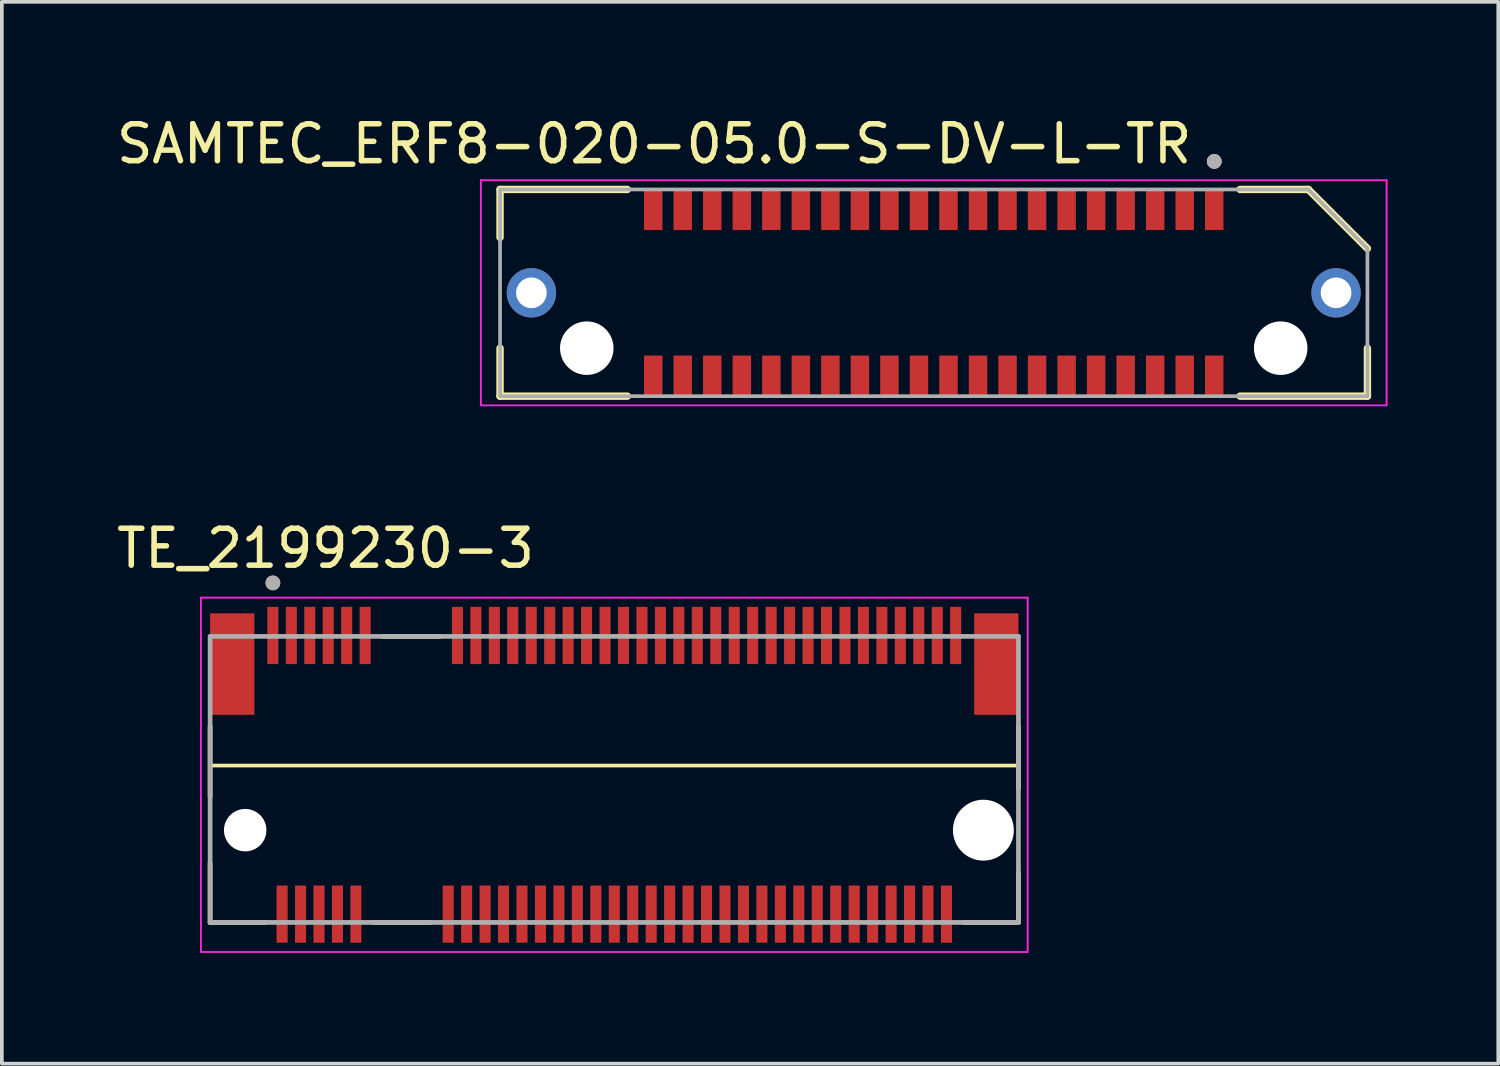
<source format=kicad_pcb>
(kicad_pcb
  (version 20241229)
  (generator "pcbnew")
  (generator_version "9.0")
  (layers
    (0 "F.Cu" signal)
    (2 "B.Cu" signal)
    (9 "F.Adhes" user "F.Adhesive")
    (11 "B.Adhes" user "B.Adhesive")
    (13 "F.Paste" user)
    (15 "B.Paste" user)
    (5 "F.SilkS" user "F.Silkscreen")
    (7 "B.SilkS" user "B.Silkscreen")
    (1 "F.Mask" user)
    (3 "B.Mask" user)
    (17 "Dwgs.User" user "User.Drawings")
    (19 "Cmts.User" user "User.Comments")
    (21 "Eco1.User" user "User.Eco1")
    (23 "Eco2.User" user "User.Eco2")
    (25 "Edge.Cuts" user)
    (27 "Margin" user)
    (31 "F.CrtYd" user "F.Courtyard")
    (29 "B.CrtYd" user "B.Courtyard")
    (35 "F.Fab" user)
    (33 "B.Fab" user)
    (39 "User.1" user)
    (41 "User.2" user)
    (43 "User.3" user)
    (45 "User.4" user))
  (footprint "SAMTEC_ERF8-020-05.0-S-DV-L-TR"
    (layer "F.Cu")
    (at 22.248 4.883)
    (property "Reference" "SAMTEC_ERF8-020-05.0-S-DV-L-TR" (at -7.575 -4.035 0) (layer "F.SilkS") (effects (font (size 1 1) (thickness 0.15))))
    (attr smd)
    (fp_line (start -11.75 -2.8) (end -11.75 -1.5) (stroke (width 0.2) (type solid)) (layer "F.SilkS"))
    (fp_line (start -11.75 -2.8) (end -8.3 -2.8) (stroke (width 0.2) (type solid)) (layer "F.SilkS"))
    (fp_line (start -11.75 2.8) (end -11.75 1.5) (stroke (width 0.2) (type solid)) (layer "F.SilkS"))
    (fp_line (start -11.75 2.8) (end -8.3 2.8) (stroke (width 0.2) (type solid)) (layer "F.SilkS"))
    (fp_line (start 10.15 -2.8) (end 8.3 -2.8) (stroke (width 0.2) (type solid)) (layer "F.SilkS"))
    (fp_line (start 11.75 -1.2) (end 10.15 -2.8) (stroke (width 0.2) (type solid)) (layer "F.SilkS"))
    (fp_line (start 11.75 2.8) (end 8.3 2.8) (stroke (width 0.2) (type solid)) (layer "F.SilkS"))
    (fp_line (start 11.75 2.8) (end 11.75 1.5) (stroke (width 0.2) (type solid)) (layer "F.SilkS"))
    (fp_circle (center 7.6 -3.56) (end 7.7 -3.56) (stroke (width 0.2) (type solid)) (fill no) (layer "F.SilkS"))
    (fp_circle (center -10.9 0) (end -10.34 0) (stroke (width 1.12) (type solid)) (fill no) (layer "F.Paste"))
    (fp_circle (center 10.9 0) (end 11.46 0) (stroke (width 1.12) (type solid)) (fill no) (layer "F.Paste"))
    (fp_line (start -12.27 -3.05) (end 12.27 -3.05) (stroke (width 0.05) (type solid)) (layer "F.CrtYd"))
    (fp_line (start -12.27 3.05) (end -12.27 -3.05) (stroke (width 0.05) (type solid)) (layer "F.CrtYd"))
    (fp_line (start 12.27 -3.05) (end 12.27 3.05) (stroke (width 0.05) (type solid)) (layer "F.CrtYd"))
    (fp_line (start 12.27 3.05) (end -12.27 3.05) (stroke (width 0.05) (type solid)) (layer "F.CrtYd"))
    (fp_line (start -11.75 -2.8) (end 10.15 -2.8) (stroke (width 0.1) (type solid)) (layer "F.Fab"))
    (fp_line (start -11.75 2.8) (end -11.75 -2.8) (stroke (width 0.1) (type solid)) (layer "F.Fab"))
    (fp_line (start 11.75 -1.2) (end 10.15 -2.8) (stroke (width 0.1) (type solid)) (layer "F.Fab"))
    (fp_line (start 11.75 -1.2) (end 11.75 2.8) (stroke (width 0.1) (type solid)) (layer "F.Fab"))
    (fp_line (start 11.75 2.8) (end -11.75 2.8) (stroke (width 0.1) (type solid)) (layer "F.Fab"))
    (fp_circle (center 7.6 -3.56) (end 7.7 -3.56) (stroke (width 0.2) (type solid)) (fill no) (layer "F.Fab"))
    (pad "" np_thru_hole circle (at -9.4 1.5) (size 1.45 1.45) (drill 1.45) (layers "*.Cu" "*.Mask"))
    (pad "" np_thru_hole circle (at 9.4 1.5) (size 1.45 1.45) (drill 1.45) (layers "*.Cu" "*.Mask"))
    (pad "01" smd rect (at 7.6 -2.25) (size 0.5 1.1) (layers "F.Cu" "F.Mask" "F.Paste"))
    (pad "02" smd rect (at 7.6 2.25) (size 0.5 1.1) (layers "F.Cu" "F.Mask" "F.Paste"))
    (pad "03" smd rect (at 6.8 -2.25) (size 0.5 1.1) (layers "F.Cu" "F.Mask" "F.Paste"))
    (pad "04" smd rect (at 6.8 2.25) (size 0.5 1.1) (layers "F.Cu" "F.Mask" "F.Paste"))
    (pad "05" smd rect (at 6 -2.25) (size 0.5 1.1) (layers "F.Cu" "F.Mask" "F.Paste"))
    (pad "06" smd rect (at 6 2.25) (size 0.5 1.1) (layers "F.Cu" "F.Mask" "F.Paste"))
    (pad "07" smd rect (at 5.2 -2.25) (size 0.5 1.1) (layers "F.Cu" "F.Mask" "F.Paste"))
    (pad "08" smd rect (at 5.2 2.25) (size 0.5 1.1) (layers "F.Cu" "F.Mask" "F.Paste"))
    (pad "09" smd rect (at 4.4 -2.25) (size 0.5 1.1) (layers "F.Cu" "F.Mask" "F.Paste"))
    (pad "10" smd rect (at 4.4 2.25) (size 0.5 1.1) (layers "F.Cu" "F.Mask" "F.Paste"))
    (pad "11" smd rect (at 3.6 -2.25) (size 0.5 1.1) (layers "F.Cu" "F.Mask" "F.Paste"))
    (pad "12" smd rect (at 3.6 2.25) (size 0.5 1.1) (layers "F.Cu" "F.Mask" "F.Paste"))
    (pad "13" smd rect (at 2.8 -2.25) (size 0.5 1.1) (layers "F.Cu" "F.Mask" "F.Paste"))
    (pad "14" smd rect (at 2.8 2.25) (size 0.5 1.1) (layers "F.Cu" "F.Mask" "F.Paste"))
    (pad "15" smd rect (at 2 -2.25) (size 0.5 1.1) (layers "F.Cu" "F.Mask" "F.Paste"))
    (pad "16" smd rect (at 2 2.25) (size 0.5 1.1) (layers "F.Cu" "F.Mask" "F.Paste"))
    (pad "17" smd rect (at 1.2 -2.25) (size 0.5 1.1) (layers "F.Cu" "F.Mask" "F.Paste"))
    (pad "18" smd rect (at 1.2 2.25) (size 0.5 1.1) (layers "F.Cu" "F.Mask" "F.Paste"))
    (pad "19" smd rect (at 0.4 -2.25) (size 0.5 1.1) (layers "F.Cu" "F.Mask" "F.Paste"))
    (pad "20" smd rect (at 0.4 2.25) (size 0.5 1.1) (layers "F.Cu" "F.Mask" "F.Paste"))
    (pad "21" smd rect (at -0.4 -2.25) (size 0.5 1.1) (layers "F.Cu" "F.Mask" "F.Paste"))
    (pad "22" smd rect (at -0.4 2.25) (size 0.5 1.1) (layers "F.Cu" "F.Mask" "F.Paste"))
    (pad "23" smd rect (at -1.2 -2.25) (size 0.5 1.1) (layers "F.Cu" "F.Mask" "F.Paste"))
    (pad "24" smd rect (at -1.2 2.25) (size 0.5 1.1) (layers "F.Cu" "F.Mask" "F.Paste"))
    (pad "25" smd rect (at -2 -2.25) (size 0.5 1.1) (layers "F.Cu" "F.Mask" "F.Paste"))
    (pad "26" smd rect (at -2 2.25) (size 0.5 1.1) (layers "F.Cu" "F.Mask" "F.Paste"))
    (pad "27" smd rect (at -2.8 -2.25) (size 0.5 1.1) (layers "F.Cu" "F.Mask" "F.Paste"))
    (pad "28" smd rect (at -2.8 2.25) (size 0.5 1.1) (layers "F.Cu" "F.Mask" "F.Paste"))
    (pad "29" smd rect (at -3.6 -2.25) (size 0.5 1.1) (layers "F.Cu" "F.Mask" "F.Paste"))
    (pad "30" smd rect (at -3.6 2.25) (size 0.5 1.1) (layers "F.Cu" "F.Mask" "F.Paste"))
    (pad "31" smd rect (at -4.4 -2.25) (size 0.5 1.1) (layers "F.Cu" "F.Mask" "F.Paste"))
    (pad "32" smd rect (at -4.4 2.25) (size 0.5 1.1) (layers "F.Cu" "F.Mask" "F.Paste"))
    (pad "33" smd rect (at -5.2 -2.25) (size 0.5 1.1) (layers "F.Cu" "F.Mask" "F.Paste"))
    (pad "34" smd rect (at -5.2 2.25) (size 0.5 1.1) (layers "F.Cu" "F.Mask" "F.Paste"))
    (pad "35" smd rect (at -6 -2.25) (size 0.5 1.1) (layers "F.Cu" "F.Mask" "F.Paste"))
    (pad "36" smd rect (at -6 2.25) (size 0.5 1.1) (layers "F.Cu" "F.Mask" "F.Paste"))
    (pad "37" smd rect (at -6.8 -2.25) (size 0.5 1.1) (layers "F.Cu" "F.Mask" "F.Paste"))
    (pad "38" smd rect (at -6.8 2.25) (size 0.5 1.1) (layers "F.Cu" "F.Mask" "F.Paste"))
    (pad "39" smd rect (at -7.6 -2.25) (size 0.5 1.1) (layers "F.Cu" "F.Mask" "F.Paste"))
    (pad "40" smd rect (at -7.6 2.25) (size 0.5 1.1) (layers "F.Cu" "F.Mask" "F.Paste"))
    (pad "S1" thru_hole circle (at -10.9 0) (size 1.338 1.338) (drill 0.83) (layers "*.Cu" "*.Mask"))
    (pad "S2" thru_hole circle (at 10.9 0) (size 1.338 1.338) (drill 0.83) (layers "*.Cu" "*.Mask")))
  (footprint "TE_2199230-3"
    (layer "F.Cu")
    (at 13.593 19.442)
    (property "Reference" "TE_2199230-3" (at -7.825 -7.635 0) (layer "F.SilkS") (effects (font (size 1 1) (thickness 0.15))))
    (attr smd)
    (fp_line (start -10.95 -2.805) (end -10.95 -0.895) (stroke (width 0.127) (type solid)) (layer "F.SilkS"))
    (fp_line (start -10.95 0.895) (end -10.95 2.5) (stroke (width 0.127) (type solid)) (layer "F.SilkS"))
    (fp_line (start -10.95 2.5) (end -9.47 2.5) (stroke (width 0.127) (type solid)) (layer "F.SilkS"))
    (fp_line (start -10.922 -1.75) (end 10.922 -1.75) (stroke (width 0.1) (type default)) (layer "F.SilkS"))
    (fp_line (start -4.97 2.5) (end -6.53 2.5) (stroke (width 0.127) (type solid)) (layer "F.SilkS"))
    (fp_line (start -4.72 -5.25) (end -6.28 -5.25) (stroke (width 0.127) (type solid)) (layer "F.SilkS"))
    (fp_line (start 10.95 -2.805) (end 10.95 -1.145) (stroke (width 0.127) (type solid)) (layer "F.SilkS"))
    (fp_line (start 10.95 1.145) (end 10.95 2.5) (stroke (width 0.127) (type solid)) (layer "F.SilkS"))
    (fp_line (start 10.95 2.5) (end 9.47 2.5) (stroke (width 0.127) (type solid)) (layer "F.SilkS"))
    (fp_circle (center -9.25 -6.7) (end -9.15 -6.7) (stroke (width 0.2) (type solid)) (fill no) (layer "F.SilkS"))
    (fp_line (start -11.2 -6.3) (end 11.2 -6.3) (stroke (width 0.05) (type solid)) (layer "F.CrtYd"))
    (fp_line (start -11.2 3.3) (end -11.2 -6.3) (stroke (width 0.05) (type solid)) (layer "F.CrtYd"))
    (fp_line (start 11.2 -6.3) (end 11.2 3.3) (stroke (width 0.05) (type solid)) (layer "F.CrtYd"))
    (fp_line (start 11.2 3.3) (end -11.2 3.3) (stroke (width 0.05) (type solid)) (layer "F.CrtYd"))
    (fp_line (start -10.95 -5.25) (end 10.95 -5.25) (stroke (width 0.127) (type solid)) (layer "F.Fab"))
    (fp_line (start -10.95 2.5) (end -10.95 -5.25) (stroke (width 0.127) (type solid)) (layer "F.Fab"))
    (fp_line (start 10.95 -5.25) (end 10.95 2.5) (stroke (width 0.127) (type solid)) (layer "F.Fab"))
    (fp_line (start 10.95 2.5) (end -10.95 2.5) (stroke (width 0.127) (type solid)) (layer "F.Fab"))
    (fp_circle (center -9.25 -6.7) (end -9.15 -6.7) (stroke (width 0.2) (type solid)) (fill no) (layer "F.Fab"))
    (pad "" np_thru_hole circle (at -10 0) (size 1.15 1.15) (drill 1.15) (layers "*.Cu" "*.Mask"))
    (pad "" np_thru_hole circle (at 10 0) (size 1.65 1.65) (drill 1.65) (layers "*.Cu" "*.Mask"))
    (pad "1" smd rect (at -9.25 -5.275) (size 0.3 1.55) (layers "F.Cu" "F.Mask" "F.Paste"))
    (pad "2" smd rect (at -9 2.275) (size 0.3 1.55) (layers "F.Cu" "F.Mask" "F.Paste"))
    (pad "3" smd rect (at -8.75 -5.275) (size 0.3 1.55) (layers "F.Cu" "F.Mask" "F.Paste"))
    (pad "4" smd rect (at -8.5 2.275) (size 0.3 1.55) (layers "F.Cu" "F.Mask" "F.Paste"))
    (pad "5" smd rect (at -8.25 -5.275) (size 0.3 1.55) (layers "F.Cu" "F.Mask" "F.Paste"))
    (pad "6" smd rect (at -8 2.275) (size 0.3 1.55) (layers "F.Cu" "F.Mask" "F.Paste"))
    (pad "7" smd rect (at -7.75 -5.275) (size 0.3 1.55) (layers "F.Cu" "F.Mask" "F.Paste"))
    (pad "8" smd rect (at -7.5 2.275) (size 0.3 1.55) (layers "F.Cu" "F.Mask" "F.Paste"))
    (pad "9" smd rect (at -7.25 -5.275) (size 0.3 1.55) (layers "F.Cu" "F.Mask" "F.Paste"))
    (pad "10" smd rect (at -7 2.275) (size 0.3 1.55) (layers "F.Cu" "F.Mask" "F.Paste"))
    (pad "11" smd rect (at -6.75 -5.275) (size 0.3 1.55) (layers "F.Cu" "F.Mask" "F.Paste"))
    (pad "20" smd rect (at -4.5 2.275) (size 0.3 1.55) (layers "F.Cu" "F.Mask" "F.Paste"))
    (pad "21" smd rect (at -4.25 -5.275) (size 0.3 1.55) (layers "F.Cu" "F.Mask" "F.Paste"))
    (pad "22" smd rect (at -4 2.275) (size 0.3 1.55) (layers "F.Cu" "F.Mask" "F.Paste"))
    (pad "23" smd rect (at -3.75 -5.275) (size 0.3 1.55) (layers "F.Cu" "F.Mask" "F.Paste"))
    (pad "24" smd rect (at -3.5 2.275) (size 0.3 1.55) (layers "F.Cu" "F.Mask" "F.Paste"))
    (pad "25" smd rect (at -3.25 -5.275) (size 0.3 1.55) (layers "F.Cu" "F.Mask" "F.Paste"))
    (pad "26" smd rect (at -3 2.275) (size 0.3 1.55) (layers "F.Cu" "F.Mask" "F.Paste"))
    (pad "27" smd rect (at -2.75 -5.275) (size 0.3 1.55) (layers "F.Cu" "F.Mask" "F.Paste"))
    (pad "28" smd rect (at -2.5 2.275) (size 0.3 1.55) (layers "F.Cu" "F.Mask" "F.Paste"))
    (pad "29" smd rect (at -2.25 -5.275) (size 0.3 1.55) (layers "F.Cu" "F.Mask" "F.Paste"))
    (pad "30" smd rect (at -2 2.275) (size 0.3 1.55) (layers "F.Cu" "F.Mask" "F.Paste"))
    (pad "31" smd rect (at -1.75 -5.275) (size 0.3 1.55) (layers "F.Cu" "F.Mask" "F.Paste"))
    (pad "32" smd rect (at -1.5 2.275) (size 0.3 1.55) (layers "F.Cu" "F.Mask" "F.Paste"))
    (pad "33" smd rect (at -1.25 -5.275) (size 0.3 1.55) (layers "F.Cu" "F.Mask" "F.Paste"))
    (pad "34" smd rect (at -1 2.275) (size 0.3 1.55) (layers "F.Cu" "F.Mask" "F.Paste"))
    (pad "35" smd rect (at -0.75 -5.275) (size 0.3 1.55) (layers "F.Cu" "F.Mask" "F.Paste"))
    (pad "36" smd rect (at -0.5 2.275) (size 0.3 1.55) (layers "F.Cu" "F.Mask" "F.Paste"))
    (pad "37" smd rect (at -0.25 -5.275) (size 0.3 1.55) (layers "F.Cu" "F.Mask" "F.Paste"))
    (pad "38" smd rect (at 0 2.275) (size 0.3 1.55) (layers "F.Cu" "F.Mask" "F.Paste"))
    (pad "39" smd rect (at 0.25 -5.275) (size 0.3 1.55) (layers "F.Cu" "F.Mask" "F.Paste"))
    (pad "40" smd rect (at 0.5 2.275) (size 0.3 1.55) (layers "F.Cu" "F.Mask" "F.Paste"))
    (pad "41" smd rect (at 0.75 -5.275) (size 0.3 1.55) (layers "F.Cu" "F.Mask" "F.Paste"))
    (pad "42" smd rect (at 1 2.275) (size 0.3 1.55) (layers "F.Cu" "F.Mask" "F.Paste"))
    (pad "43" smd rect (at 1.25 -5.275) (size 0.3 1.55) (layers "F.Cu" "F.Mask" "F.Paste"))
    (pad "44" smd rect (at 1.5 2.275) (size 0.3 1.55) (layers "F.Cu" "F.Mask" "F.Paste"))
    (pad "45" smd rect (at 1.75 -5.275) (size 0.3 1.55) (layers "F.Cu" "F.Mask" "F.Paste"))
    (pad "46" smd rect (at 2 2.275) (size 0.3 1.55) (layers "F.Cu" "F.Mask" "F.Paste"))
    (pad "47" smd rect (at 2.25 -5.275) (size 0.3 1.55) (layers "F.Cu" "F.Mask" "F.Paste"))
    (pad "48" smd rect (at 2.5 2.275) (size 0.3 1.55) (layers "F.Cu" "F.Mask" "F.Paste"))
    (pad "49" smd rect (at 2.75 -5.275) (size 0.3 1.55) (layers "F.Cu" "F.Mask" "F.Paste"))
    (pad "50" smd rect (at 3 2.275) (size 0.3 1.55) (layers "F.Cu" "F.Mask" "F.Paste"))
    (pad "51" smd rect (at 3.25 -5.275) (size 0.3 1.55) (layers "F.Cu" "F.Mask" "F.Paste"))
    (pad "52" smd rect (at 3.5 2.275) (size 0.3 1.55) (layers "F.Cu" "F.Mask" "F.Paste"))
    (pad "53" smd rect (at 3.75 -5.275) (size 0.3 1.55) (layers "F.Cu" "F.Mask" "F.Paste"))
    (pad "54" smd rect (at 4 2.275) (size 0.3 1.55) (layers "F.Cu" "F.Mask" "F.Paste"))
    (pad "55" smd rect (at 4.25 -5.275) (size 0.3 1.55) (layers "F.Cu" "F.Mask" "F.Paste"))
    (pad "56" smd rect (at 4.5 2.275) (size 0.3 1.55) (layers "F.Cu" "F.Mask" "F.Paste"))
    (pad "57" smd rect (at 4.75 -5.275) (size 0.3 1.55) (layers "F.Cu" "F.Mask" "F.Paste"))
    (pad "58" smd rect (at 5 2.275) (size 0.3 1.55) (layers "F.Cu" "F.Mask" "F.Paste"))
    (pad "59" smd rect (at 5.25 -5.275) (size 0.3 1.55) (layers "F.Cu" "F.Mask" "F.Paste"))
    (pad "60" smd rect (at 5.5 2.275) (size 0.3 1.55) (layers "F.Cu" "F.Mask" "F.Paste"))
    (pad "61" smd rect (at 5.75 -5.275) (size 0.3 1.55) (layers "F.Cu" "F.Mask" "F.Paste"))
    (pad "62" smd rect (at 6 2.275) (size 0.3 1.55) (layers "F.Cu" "F.Mask" "F.Paste"))
    (pad "63" smd rect (at 6.25 -5.275) (size 0.3 1.55) (layers "F.Cu" "F.Mask" "F.Paste"))
    (pad "64" smd rect (at 6.5 2.275) (size 0.3 1.55) (layers "F.Cu" "F.Mask" "F.Paste"))
    (pad "65" smd rect (at 6.75 -5.275) (size 0.3 1.55) (layers "F.Cu" "F.Mask" "F.Paste"))
    (pad "66" smd rect (at 7 2.275) (size 0.3 1.55) (layers "F.Cu" "F.Mask" "F.Paste"))
    (pad "67" smd rect (at 7.25 -5.275) (size 0.3 1.55) (layers "F.Cu" "F.Mask" "F.Paste"))
    (pad "68" smd rect (at 7.5 2.275) (size 0.3 1.55) (layers "F.Cu" "F.Mask" "F.Paste"))
    (pad "69" smd rect (at 7.75 -5.275) (size 0.3 1.55) (layers "F.Cu" "F.Mask" "F.Paste"))
    (pad "70" smd rect (at 8 2.275) (size 0.3 1.55) (layers "F.Cu" "F.Mask" "F.Paste"))
    (pad "71" smd rect (at 8.25 -5.275) (size 0.3 1.55) (layers "F.Cu" "F.Mask" "F.Paste"))
    (pad "72" smd rect (at 8.5 2.275) (size 0.3 1.55) (layers "F.Cu" "F.Mask" "F.Paste"))
    (pad "73" smd rect (at 8.75 -5.275) (size 0.3 1.55) (layers "F.Cu" "F.Mask" "F.Paste"))
    (pad "74" smd rect (at 9 2.275) (size 0.3 1.55) (layers "F.Cu" "F.Mask" "F.Paste"))
    (pad "75" smd rect (at 9.25 -5.275) (size 0.3 1.55) (layers "F.Cu" "F.Mask" "F.Paste"))
    (pad "S1" smd rect (at -10.35 -4.5) (size 1.2 2.75) (layers "F.Cu" "F.Mask" "F.Paste"))
    (pad "S2" smd rect (at 10.35 -4.5) (size 1.2 2.75) (layers "F.Cu" "F.Mask" "F.Paste")))
  (gr_rect
    (start -3 -3)
    (end 37.543 25.767)
    (stroke (width 0.1) (type default))
    (fill no)
    (layer "Edge.Cuts")))
</source>
